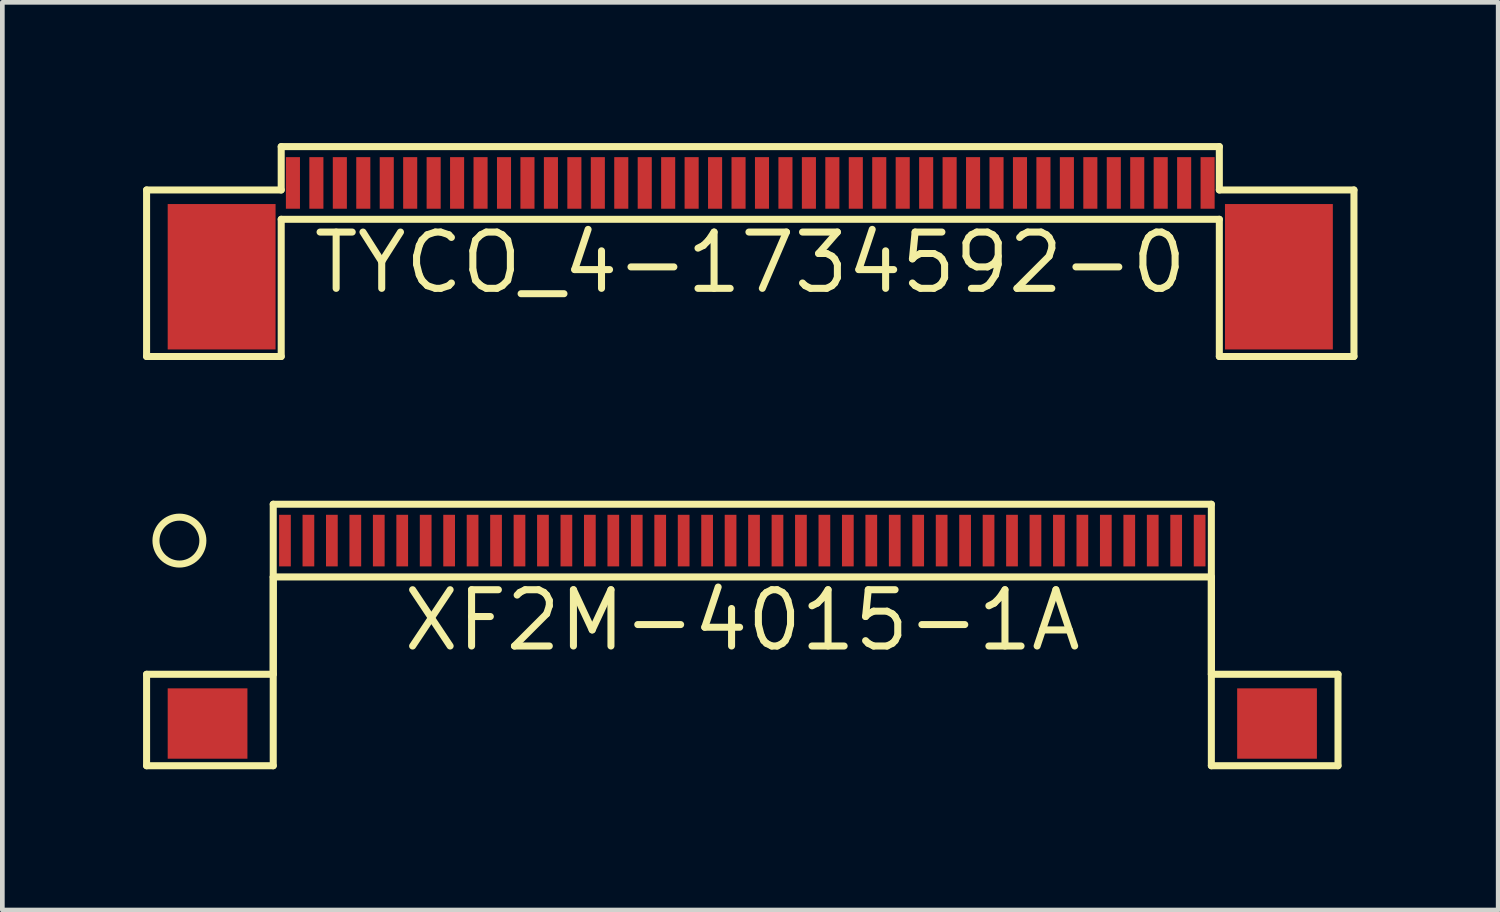
<source format=kicad_pcb>
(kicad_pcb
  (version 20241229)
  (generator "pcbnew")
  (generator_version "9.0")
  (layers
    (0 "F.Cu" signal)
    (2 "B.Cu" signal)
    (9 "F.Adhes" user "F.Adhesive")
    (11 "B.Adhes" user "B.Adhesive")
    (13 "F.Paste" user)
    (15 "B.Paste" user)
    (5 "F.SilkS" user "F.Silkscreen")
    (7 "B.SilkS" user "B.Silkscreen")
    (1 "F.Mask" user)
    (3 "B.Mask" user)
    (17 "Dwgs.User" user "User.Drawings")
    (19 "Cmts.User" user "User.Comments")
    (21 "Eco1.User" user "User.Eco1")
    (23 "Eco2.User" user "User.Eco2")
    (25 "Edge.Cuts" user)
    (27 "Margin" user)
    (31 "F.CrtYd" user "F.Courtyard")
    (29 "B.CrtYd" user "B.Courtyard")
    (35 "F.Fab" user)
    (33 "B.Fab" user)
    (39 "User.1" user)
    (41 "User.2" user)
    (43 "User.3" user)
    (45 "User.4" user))
  (footprint "XF2M-4015-1A"
    (layer "F.Cu")
    (at 12.775 8.475)
    (property "Reference" "XF2M-4015-1A" (at 0 1.7 0) (layer "F.SilkS") (effects (font (size 1.2 1.2) (thickness 0.15))))
    (attr through_hole)
    (fp_line (start -12.7 2.85) (end -10 2.85) (stroke (width 0.15) (type solid)) (layer "F.SilkS"))
    (fp_line (start -12.7 4.8) (end -12.7 2.85) (stroke (width 0.15) (type solid)) (layer "F.SilkS"))
    (fp_line (start -10 -0.775) (end 10 -0.775) (stroke (width 0.15) (type solid)) (layer "F.SilkS"))
    (fp_line (start -10 0.775) (end -10 4.8) (stroke (width 0.15) (type solid)) (layer "F.SilkS"))
    (fp_line (start -10 0.775) (end 10 0.775) (stroke (width 0.15) (type solid)) (layer "F.SilkS"))
    (fp_line (start -10 2.85) (end -10 -0.775) (stroke (width 0.15) (type solid)) (layer "F.SilkS"))
    (fp_line (start -10 4.8) (end -12.7 4.8) (stroke (width 0.15) (type solid)) (layer "F.SilkS"))
    (fp_line (start 10 0.775) (end 10 4.8) (stroke (width 0.15) (type solid)) (layer "F.SilkS"))
    (fp_line (start 10 2.85) (end 10 -0.775) (stroke (width 0.15) (type solid)) (layer "F.SilkS"))
    (fp_line (start 10 4.8) (end 12.7 4.8) (stroke (width 0.15) (type solid)) (layer "F.SilkS"))
    (fp_line (start 12.7 2.85) (end 10 2.85) (stroke (width 0.15) (type solid)) (layer "F.SilkS"))
    (fp_line (start 12.7 4.8) (end 12.7 2.85) (stroke (width 0.15) (type solid)) (layer "F.SilkS"))
    (fp_circle (center -12 0) (end -11.5 0) (stroke (width 0.15) (type solid)) (fill no) (layer "F.SilkS"))
    (pad "0" smd rect (at -11.4 3.9) (size 1.7 1.5) (layers "F.Cu" "F.Mask" "F.Paste"))
    (pad "0" smd rect (at 11.4 3.9) (size 1.7 1.5) (layers "F.Cu" "F.Mask" "F.Paste"))
    (pad "1" smd rect (at -9.75 0) (size 0.25 1.1) (layers "F.Cu" "F.Mask" "F.Paste"))
    (pad "2" smd rect (at -9.25 0) (size 0.25 1.1) (layers "F.Cu" "F.Mask" "F.Paste"))
    (pad "3" smd rect (at -8.75 0) (size 0.25 1.1) (layers "F.Cu" "F.Mask" "F.Paste"))
    (pad "4" smd rect (at -8.25 0) (size 0.25 1.1) (layers "F.Cu" "F.Mask" "F.Paste"))
    (pad "5" smd rect (at -7.75 0) (size 0.25 1.1) (layers "F.Cu" "F.Mask" "F.Paste"))
    (pad "6" smd rect (at -7.25 0) (size 0.25 1.1) (layers "F.Cu" "F.Mask" "F.Paste"))
    (pad "7" smd rect (at -6.75 0) (size 0.25 1.1) (layers "F.Cu" "F.Mask" "F.Paste"))
    (pad "8" smd rect (at -6.25 0) (size 0.25 1.1) (layers "F.Cu" "F.Mask" "F.Paste"))
    (pad "9" smd rect (at -5.75 0) (size 0.25 1.1) (layers "F.Cu" "F.Mask" "F.Paste"))
    (pad "10" smd rect (at -5.25 0) (size 0.25 1.1) (layers "F.Cu" "F.Mask" "F.Paste"))
    (pad "11" smd rect (at -4.75 0) (size 0.25 1.1) (layers "F.Cu" "F.Mask" "F.Paste"))
    (pad "12" smd rect (at -4.25 0) (size 0.25 1.1) (layers "F.Cu" "F.Mask" "F.Paste"))
    (pad "13" smd rect (at -3.75 0) (size 0.25 1.1) (layers "F.Cu" "F.Mask" "F.Paste"))
    (pad "14" smd rect (at -3.25 0) (size 0.25 1.1) (layers "F.Cu" "F.Mask" "F.Paste"))
    (pad "15" smd rect (at -2.75 0) (size 0.25 1.1) (layers "F.Cu" "F.Mask" "F.Paste"))
    (pad "16" smd rect (at -2.25 0) (size 0.25 1.1) (layers "F.Cu" "F.Mask" "F.Paste"))
    (pad "17" smd rect (at -1.75 0) (size 0.25 1.1) (layers "F.Cu" "F.Mask" "F.Paste"))
    (pad "18" smd rect (at -1.25 0) (size 0.25 1.1) (layers "F.Cu" "F.Mask" "F.Paste"))
    (pad "19" smd rect (at -0.75 0) (size 0.25 1.1) (layers "F.Cu" "F.Mask" "F.Paste"))
    (pad "20" smd rect (at -0.25 0) (size 0.25 1.1) (layers "F.Cu" "F.Mask" "F.Paste"))
    (pad "21" smd rect (at 0.25 0) (size 0.25 1.1) (layers "F.Cu" "F.Mask" "F.Paste"))
    (pad "22" smd rect (at 0.75 0) (size 0.25 1.1) (layers "F.Cu" "F.Mask" "F.Paste"))
    (pad "23" smd rect (at 1.25 0) (size 0.25 1.1) (layers "F.Cu" "F.Mask" "F.Paste"))
    (pad "24" smd rect (at 1.75 0) (size 0.25 1.1) (layers "F.Cu" "F.Mask" "F.Paste"))
    (pad "25" smd rect (at 2.25 0) (size 0.25 1.1) (layers "F.Cu" "F.Mask" "F.Paste"))
    (pad "26" smd rect (at 2.75 0) (size 0.25 1.1) (layers "F.Cu" "F.Mask" "F.Paste"))
    (pad "27" smd rect (at 3.25 0) (size 0.25 1.1) (layers "F.Cu" "F.Mask" "F.Paste"))
    (pad "28" smd rect (at 3.75 0) (size 0.25 1.1) (layers "F.Cu" "F.Mask" "F.Paste"))
    (pad "29" smd rect (at 4.25 0) (size 0.25 1.1) (layers "F.Cu" "F.Mask" "F.Paste"))
    (pad "30" smd rect (at 4.75 0) (size 0.25 1.1) (layers "F.Cu" "F.Mask" "F.Paste"))
    (pad "31" smd rect (at 5.25 0) (size 0.25 1.1) (layers "F.Cu" "F.Mask" "F.Paste"))
    (pad "32" smd rect (at 5.75 0) (size 0.25 1.1) (layers "F.Cu" "F.Mask" "F.Paste"))
    (pad "33" smd rect (at 6.25 0) (size 0.25 1.1) (layers "F.Cu" "F.Mask" "F.Paste"))
    (pad "34" smd rect (at 6.75 0) (size 0.25 1.1) (layers "F.Cu" "F.Mask" "F.Paste"))
    (pad "35" smd rect (at 7.25 0) (size 0.25 1.1) (layers "F.Cu" "F.Mask" "F.Paste"))
    (pad "36" smd rect (at 7.75 0) (size 0.25 1.1) (layers "F.Cu" "F.Mask" "F.Paste"))
    (pad "37" smd rect (at 8.25 0) (size 0.25 1.1) (layers "F.Cu" "F.Mask" "F.Paste"))
    (pad "38" smd rect (at 8.75 0) (size 0.25 1.1) (layers "F.Cu" "F.Mask" "F.Paste"))
    (pad "39" smd rect (at 9.25 0) (size 0.25 1.1) (layers "F.Cu" "F.Mask" "F.Paste"))
    (pad "40" smd rect (at 9.75 0) (size 0.25 1.1) (layers "F.Cu" "F.Mask" "F.Paste")))
  (footprint "TYCO_4-1734592-0"
    (layer "F.Cu")
    (at 12.945 0.85)
    (property "Reference" "TYCO_4-1734592-0" (at 0 1.7 0) (layer "F.SilkS") (effects (font (size 1.2 1.2) (thickness 0.15))))
    (attr through_hole)
    (fp_line (start -12.87 0.15) (end -10 0.15) (stroke (width 0.15) (type solid)) (layer "F.SilkS"))
    (fp_line (start -12.87 3.7) (end -12.87 0.15) (stroke (width 0.15) (type solid)) (layer "F.SilkS"))
    (fp_line (start -10 -0.775) (end 10 -0.775) (stroke (width 0.15) (type solid)) (layer "F.SilkS"))
    (fp_line (start -10 0.15) (end -10 -0.775) (stroke (width 0.15) (type solid)) (layer "F.SilkS"))
    (fp_line (start -10 0.775) (end -10 3.7) (stroke (width 0.15) (type solid)) (layer "F.SilkS"))
    (fp_line (start -10 0.775) (end 10 0.775) (stroke (width 0.15) (type solid)) (layer "F.SilkS"))
    (fp_line (start -10 3.7) (end -12.87 3.7) (stroke (width 0.15) (type solid)) (layer "F.SilkS"))
    (fp_line (start 10 0.15) (end 10 -0.775) (stroke (width 0.15) (type solid)) (layer "F.SilkS"))
    (fp_line (start 10 0.775) (end 10 3.7) (stroke (width 0.15) (type solid)) (layer "F.SilkS"))
    (fp_line (start 10 3.7) (end 12.87 3.7) (stroke (width 0.15) (type solid)) (layer "F.SilkS"))
    (fp_line (start 12.87 0.15) (end 10 0.15) (stroke (width 0.15) (type solid)) (layer "F.SilkS"))
    (fp_line (start 12.87 3.7) (end 12.87 0.15) (stroke (width 0.15) (type solid)) (layer "F.SilkS"))
    (pad "0" smd rect (at -11.27 2) (size 2.3 3.1) (layers "F.Cu" "F.Mask" "F.Paste"))
    (pad "0" smd rect (at 11.27 2) (size 2.3 3.1) (layers "F.Cu" "F.Mask" "F.Paste"))
    (pad "1" smd rect (at -9.75 0) (size 0.3 1.1) (layers "F.Cu" "F.Mask" "F.Paste"))
    (pad "2" smd rect (at -9.25 0) (size 0.3 1.1) (layers "F.Cu" "F.Mask" "F.Paste"))
    (pad "3" smd rect (at -8.75 0) (size 0.3 1.1) (layers "F.Cu" "F.Mask" "F.Paste"))
    (pad "4" smd rect (at -8.25 0) (size 0.3 1.1) (layers "F.Cu" "F.Mask" "F.Paste"))
    (pad "5" smd rect (at -7.75 0) (size 0.3 1.1) (layers "F.Cu" "F.Mask" "F.Paste"))
    (pad "6" smd rect (at -7.25 0) (size 0.3 1.1) (layers "F.Cu" "F.Mask" "F.Paste"))
    (pad "7" smd rect (at -6.75 0) (size 0.3 1.1) (layers "F.Cu" "F.Mask" "F.Paste"))
    (pad "8" smd rect (at -6.25 0) (size 0.3 1.1) (layers "F.Cu" "F.Mask" "F.Paste"))
    (pad "9" smd rect (at -5.75 0) (size 0.3 1.1) (layers "F.Cu" "F.Mask" "F.Paste"))
    (pad "10" smd rect (at -5.25 0) (size 0.3 1.1) (layers "F.Cu" "F.Mask" "F.Paste"))
    (pad "11" smd rect (at -4.75 0) (size 0.3 1.1) (layers "F.Cu" "F.Mask" "F.Paste"))
    (pad "12" smd rect (at -4.25 0) (size 0.3 1.1) (layers "F.Cu" "F.Mask" "F.Paste"))
    (pad "13" smd rect (at -3.75 0) (size 0.3 1.1) (layers "F.Cu" "F.Mask" "F.Paste"))
    (pad "14" smd rect (at -3.25 0) (size 0.3 1.1) (layers "F.Cu" "F.Mask" "F.Paste"))
    (pad "15" smd rect (at -2.75 0) (size 0.3 1.1) (layers "F.Cu" "F.Mask" "F.Paste"))
    (pad "16" smd rect (at -2.25 0) (size 0.3 1.1) (layers "F.Cu" "F.Mask" "F.Paste"))
    (pad "17" smd rect (at -1.75 0) (size 0.3 1.1) (layers "F.Cu" "F.Mask" "F.Paste"))
    (pad "18" smd rect (at -1.25 0) (size 0.3 1.1) (layers "F.Cu" "F.Mask" "F.Paste"))
    (pad "19" smd rect (at -0.75 0) (size 0.3 1.1) (layers "F.Cu" "F.Mask" "F.Paste"))
    (pad "20" smd rect (at -0.25 0) (size 0.3 1.1) (layers "F.Cu" "F.Mask" "F.Paste"))
    (pad "21" smd rect (at 0.25 0) (size 0.3 1.1) (layers "F.Cu" "F.Mask" "F.Paste"))
    (pad "22" smd rect (at 0.75 0) (size 0.3 1.1) (layers "F.Cu" "F.Mask" "F.Paste"))
    (pad "23" smd rect (at 1.25 0) (size 0.3 1.1) (layers "F.Cu" "F.Mask" "F.Paste"))
    (pad "24" smd rect (at 1.75 0) (size 0.3 1.1) (layers "F.Cu" "F.Mask" "F.Paste"))
    (pad "25" smd rect (at 2.25 0) (size 0.3 1.1) (layers "F.Cu" "F.Mask" "F.Paste"))
    (pad "26" smd rect (at 2.75 0) (size 0.3 1.1) (layers "F.Cu" "F.Mask" "F.Paste"))
    (pad "27" smd rect (at 3.25 0) (size 0.3 1.1) (layers "F.Cu" "F.Mask" "F.Paste"))
    (pad "28" smd rect (at 3.75 0) (size 0.3 1.1) (layers "F.Cu" "F.Mask" "F.Paste"))
    (pad "29" smd rect (at 4.25 0) (size 0.3 1.1) (layers "F.Cu" "F.Mask" "F.Paste"))
    (pad "30" smd rect (at 4.75 0) (size 0.3 1.1) (layers "F.Cu" "F.Mask" "F.Paste"))
    (pad "31" smd rect (at 5.25 0) (size 0.3 1.1) (layers "F.Cu" "F.Mask" "F.Paste"))
    (pad "32" smd rect (at 5.75 0) (size 0.3 1.1) (layers "F.Cu" "F.Mask" "F.Paste"))
    (pad "33" smd rect (at 6.25 0) (size 0.3 1.1) (layers "F.Cu" "F.Mask" "F.Paste"))
    (pad "34" smd rect (at 6.75 0) (size 0.3 1.1) (layers "F.Cu" "F.Mask" "F.Paste"))
    (pad "35" smd rect (at 7.25 0) (size 0.3 1.1) (layers "F.Cu" "F.Mask" "F.Paste"))
    (pad "36" smd rect (at 7.75 0) (size 0.3 1.1) (layers "F.Cu" "F.Mask" "F.Paste"))
    (pad "37" smd rect (at 8.25 0) (size 0.3 1.1) (layers "F.Cu" "F.Mask" "F.Paste"))
    (pad "38" smd rect (at 8.75 0) (size 0.3 1.1) (layers "F.Cu" "F.Mask" "F.Paste"))
    (pad "39" smd rect (at 9.25 0) (size 0.3 1.1) (layers "F.Cu" "F.Mask" "F.Paste"))
    (pad "40" smd rect (at 9.75 0) (size 0.3 1.1) (layers "F.Cu" "F.Mask" "F.Paste")))
  (gr_rect
    (start -3 -3)
    (end 28.89 16.35)
    (stroke (width 0.1) (type default))
    (fill no)
    (layer "Edge.Cuts")))
</source>
